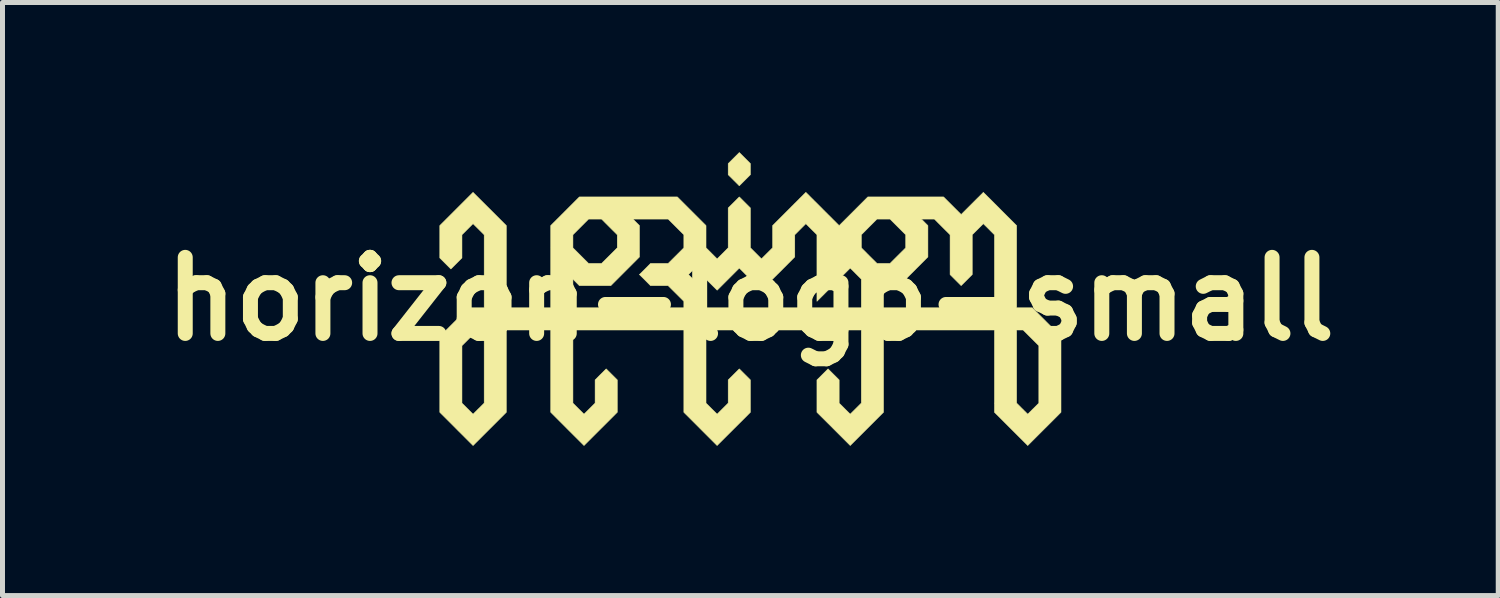
<source format=kicad_pcb>
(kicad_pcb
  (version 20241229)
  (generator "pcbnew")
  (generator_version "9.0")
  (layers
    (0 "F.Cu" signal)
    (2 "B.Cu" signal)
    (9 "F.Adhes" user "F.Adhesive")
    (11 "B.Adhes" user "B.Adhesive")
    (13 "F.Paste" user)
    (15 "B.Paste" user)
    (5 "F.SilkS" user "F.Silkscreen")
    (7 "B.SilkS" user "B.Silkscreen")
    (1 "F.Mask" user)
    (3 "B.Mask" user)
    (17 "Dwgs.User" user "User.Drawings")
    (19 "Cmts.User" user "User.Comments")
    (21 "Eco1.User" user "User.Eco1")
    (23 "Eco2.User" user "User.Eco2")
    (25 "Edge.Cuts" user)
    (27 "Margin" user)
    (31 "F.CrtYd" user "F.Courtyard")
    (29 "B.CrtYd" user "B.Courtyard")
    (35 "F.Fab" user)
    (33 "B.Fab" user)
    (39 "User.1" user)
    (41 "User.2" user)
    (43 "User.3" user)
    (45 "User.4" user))
  (footprint "horizon-logo-small"
    (layer "F.Cu")
    (at 11.982 2.94)
    (property "Reference" "horizon-logo-small" (at 0 0 0) (layer "F.SilkS") (effects (font (size 1.524 1.524) (thickness 0.3))))
    (attr through_hole)
    (fp_poly (pts (xy 0 -2.713) (xy 0 -2.49) (xy -0.111 -2.379) (xy -0.222 -2.268) (xy -0.333 -2.379) (xy -0.445 -2.49) (xy -0.445 -2.713) (xy -0.222 -2.935) (xy 0 -2.713)) (stroke (width 0.01) (type solid)) (fill yes) (layer "F.SilkS"))
    (fp_poly (pts (xy -5.222 -1.804) (xy -4.889 -1.471) (xy -4.889 0.176) (xy -4 0.176) (xy -4 -0.398) (xy -3.555 -0.398) (xy -3.555 0.176) (xy -1.333 0.176) (xy -1.333 0.046) (xy -1.49 -0.111) (xy -1.647 -0.267) (xy -1.824 -0.267) (xy -2 -0.267) (xy -2.111 -0.379) (xy -2.223 -0.49) (xy -2.223 -0.49) (xy -1.241 -0.49) (xy -1.065 -0.314) (xy -0.889 -0.138) (xy -0.889 0.176) (xy 2.222 0.176) (xy 2.222 -0.267) (xy 2.667 -0.267) (xy 2.667 0.176) (xy 4.889 0.176) (xy 4.889 -1.287) (xy 4.806 -1.369) (xy 4.797 -1.379) (xy 4.787 -1.389) (xy 4.778 -1.398) (xy 4.768 -1.408) (xy 4.759 -1.417) (xy 4.75 -1.426) (xy 4.741 -1.435) (xy 4.733 -1.443) (xy 4.725 -1.451) (xy 4.718 -1.458) (xy 4.711 -1.464) (xy 4.706 -1.47) (xy 4.701 -1.475) (xy 4.696 -1.479) (xy 4.695 -1.48) (xy 4.667 -1.509) (xy 4.444 -1.287) (xy 4.444 -0.49) (xy 4.333 -0.379) (xy 4.222 -0.268) (xy 4.111 -0.379) (xy 4 -0.49) (xy 4 -1.287) (xy 3.686 -1.601) (xy 3.556 -1.601) (xy 3.426 -1.601) (xy 3.556 -1.471) (xy 3.556 -0.843) (xy 2.981 -0.267) (xy 2.667 -0.267) (xy 2.222 -0.267) (xy 2.222 -0.398) (xy 2 -0.62) (xy 1.667 -0.287) (xy 1.333 0.046) (xy 1.333 -1.287) (xy 1.333 -1.287) (xy 2.223 -1.287) (xy 2.223 -1.026) (xy 2.379 -0.869) (xy 2.536 -0.713) (xy 2.797 -0.713) (xy 3.111 -1.026) (xy 3.111 -1.287) (xy 2.954 -1.444) (xy 2.797 -1.601) (xy 2.667 -1.601) (xy 2.536 -1.601) (xy 2.379 -1.444) (xy 2.223 -1.287) (xy 1.333 -1.287) (xy 1.222 -1.398) (xy 1.111 -1.509) (xy 1 -1.398) (xy 0.889 -1.287) (xy 0.889 -0.843) (xy 0.556 -0.509) (xy 0.537 -0.491) (xy 0.52 -0.473) (xy 0.502 -0.456) (xy 0.484 -0.438) (xy 0.467 -0.421) (xy 0.451 -0.404) (xy 0.434 -0.388) (xy 0.418 -0.372) (xy 0.403 -0.357) (xy 0.388 -0.342) (xy 0.373 -0.327) (xy 0.359 -0.313) (xy 0.346 -0.3) (xy 0.333 -0.287) (xy 0.32 -0.274) (xy 0.309 -0.263) (xy 0.297 -0.251) (xy 0.287 -0.241) (xy 0.277 -0.231) (xy 0.268 -0.222) (xy 0.26 -0.214) (xy 0.252 -0.206) (xy 0.245 -0.199) (xy 0.239 -0.194) (xy 0.234 -0.188) (xy 0.23 -0.184) (xy 0.226 -0.181) (xy 0.224 -0.178) (xy 0.223 -0.177) (xy 0.222 -0.176) (xy 0.222 -0.176) (xy 0.221 -0.177) (xy 0.22 -0.178) (xy 0.218 -0.181) (xy 0.214 -0.184) (xy 0.21 -0.188) (xy 0.205 -0.193) (xy 0.199 -0.199) (xy 0.193 -0.206) (xy 0.185 -0.213) (xy 0.177 -0.221) (xy 0.168 -0.23) (xy 0.159 -0.239) (xy 0.149 -0.249) (xy 0.138 -0.26) (xy 0.127 -0.271) (xy 0.116 -0.283) (xy 0.103 -0.295) (xy 0.091 -0.308) (xy 0.078 -0.321) (xy 0.064 -0.334) (xy 0.05 -0.348) (xy 0.036 -0.362) (xy 0.022 -0.376) (xy 0.007 -0.391) (xy -0.000149 -0.398) (xy -0.222 -0.62) (xy -0.666 -0.176) (xy -0.889 -0.398) (xy -1.111 -0.62) (xy -1.241 -0.49) (xy -2.223 -0.49) (xy -2.111 -0.601) (xy -2 -0.713) (xy -1.647 -0.713) (xy -1.49 -0.869) (xy -1.333 -1.026) (xy -1.333 -1.287) (xy -1.49 -1.444) (xy -1.647 -1.601) (xy -2.352 -1.601) (xy -2.287 -1.536) (xy -2.222 -1.471) (xy -2.222 -0.843) (xy -2.797 -0.267) (xy -3.425 -0.267) (xy -3.49 -0.332) (xy -3.555 -0.398) (xy -4 -0.398) (xy -4 -1.287) (xy -3.555 -1.287) (xy -3.555 -1.026) (xy -3.398 -0.869) (xy -3.242 -0.713) (xy -2.981 -0.713) (xy -2.824 -0.869) (xy -2.667 -1.026) (xy -2.667 -1.287) (xy -2.824 -1.444) (xy -2.981 -1.601) (xy -3.111 -1.601) (xy -3.242 -1.601) (xy -3.555 -1.287) (xy -4 -1.287) (xy -4 -1.471) (xy -3.713 -1.758) (xy -3.426 -2.045) (xy -2.444 -2.045) (xy -1.463 -2.045) (xy -1.176 -1.758) (xy -0.889 -1.471) (xy -0.889 -1.027) (xy -0.778 -0.916) (xy -0.666 -0.804) (xy -0.555 -0.915) (xy -0.445 -1.026) (xy -0.445 -1.824) (xy -0.333 -1.935) (xy -0.222 -2.046) (xy -0.111 -1.935) (xy 0 -1.824) (xy 0 -1.027) (xy 0.222 -0.805) (xy 0.445 -1.027) (xy 0.445 -1.471) (xy 0.778 -1.804) (xy 0.796 -1.822) (xy 0.814 -1.84) (xy 0.831 -1.858) (xy 0.849 -1.875) (xy 0.866 -1.892) (xy 0.882 -1.909) (xy 0.899 -1.925) (xy 0.915 -1.941) (xy 0.93 -1.956) (xy 0.945 -1.971) (xy 0.96 -1.986) (xy 0.974 -2) (xy 0.987 -2.014) (xy 1 -2.027) (xy 1.013 -2.039) (xy 1.025 -2.051) (xy 1.036 -2.062) (xy 1.046 -2.072) (xy 1.056 -2.082) (xy 1.065 -2.091) (xy 1.073 -2.1) (xy 1.081 -2.107) (xy 1.088 -2.114) (xy 1.094 -2.12) (xy 1.099 -2.125) (xy 1.103 -2.129) (xy 1.106 -2.133) (xy 1.109 -2.135) (xy 1.11 -2.137) (xy 1.111 -2.137) (xy 1.111 -2.137) (xy 1.113 -2.135) (xy 1.115 -2.133) (xy 1.119 -2.129) (xy 1.123 -2.125) (xy 1.128 -2.12) (xy 1.134 -2.114) (xy 1.141 -2.108) (xy 1.148 -2.1) (xy 1.157 -2.092) (xy 1.166 -2.083) (xy 1.176 -2.073) (xy 1.186 -2.062) (xy 1.197 -2.051) (xy 1.209 -2.04) (xy 1.221 -2.027) (xy 1.234 -2.014) (xy 1.248 -2.001) (xy 1.262 -1.987) (xy 1.276 -1.972) (xy 1.291 -1.957) (xy 1.307 -1.942) (xy 1.323 -1.926) (xy 1.339 -1.91) (xy 1.356 -1.893) (xy 1.373 -1.876) (xy 1.39 -1.859) (xy 1.408 -1.841) (xy 1.426 -1.823) (xy 1.444 -1.805) (xy 1.444 -1.804) (xy 1.778 -1.471) (xy 2.065 -1.758) (xy 2.352 -2.045) (xy 3.111 -2.045) (xy 3.87 -2.045) (xy 4.046 -1.869) (xy 4.222 -1.693) (xy 4.444 -1.915) (xy 4.459 -1.93) (xy 4.474 -1.945) (xy 4.488 -1.959) (xy 4.502 -1.973) (xy 4.516 -1.987) (xy 4.529 -2) (xy 4.542 -2.013) (xy 4.554 -2.025) (xy 4.566 -2.037) (xy 4.578 -2.048) (xy 4.588 -2.059) (xy 4.599 -2.069) (xy 4.608 -2.079) (xy 4.618 -2.088) (xy 4.626 -2.097) (xy 4.634 -2.104) (xy 4.641 -2.111) (xy 4.647 -2.117) (xy 4.652 -2.123) (xy 4.657 -2.128) (xy 4.661 -2.131) (xy 4.664 -2.134) (xy 4.666 -2.136) (xy 4.667 -2.137) (xy 4.667 -2.137) (xy 4.667 -2.137) (xy 4.669 -2.135) (xy 4.671 -2.133) (xy 4.675 -2.129) (xy 4.679 -2.125) (xy 4.684 -2.12) (xy 4.69 -2.114) (xy 4.697 -2.107) (xy 4.704 -2.1) (xy 4.713 -2.092) (xy 4.722 -2.082) (xy 4.732 -2.073) (xy 4.742 -2.062) (xy 4.753 -2.051) (xy 4.765 -2.039) (xy 4.778 -2.027) (xy 4.79 -2.014) (xy 4.804 -2.001) (xy 4.818 -1.987) (xy 4.833 -1.972) (xy 4.848 -1.957) (xy 4.863 -1.942) (xy 4.879 -1.926) (xy 4.895 -1.909) (xy 4.912 -1.893) (xy 4.929 -1.876) (xy 4.947 -1.858) (xy 4.964 -1.841) (xy 4.982 -1.823) (xy 5 -1.804) (xy 5 -1.804) (xy 5.333 -1.471) (xy 5.333 0.176) (xy 5.648 0.176) (xy 6.222 0.751) (xy 6.222 2.269) (xy 5.556 2.935) (xy 4.889 2.269) (xy 4.889 0.621) (xy 5.333 0.621) (xy 5.333 2.085) (xy 5.444 2.196) (xy 5.455 2.206) (xy 5.465 2.216) (xy 5.475 2.226) (xy 5.484 2.236) (xy 5.493 2.245) (xy 5.502 2.253) (xy 5.51 2.261) (xy 5.518 2.269) (xy 5.525 2.276) (xy 5.531 2.283) (xy 5.537 2.288) (xy 5.542 2.293) (xy 5.547 2.298) (xy 5.55 2.301) (xy 5.553 2.304) (xy 5.555 2.306) (xy 5.555 2.306) (xy 5.556 2.306) (xy 5.556 2.306) (xy 5.558 2.305) (xy 5.56 2.302) (xy 5.563 2.299) (xy 5.567 2.295) (xy 5.572 2.29) (xy 5.578 2.285) (xy 5.584 2.278) (xy 5.591 2.271) (xy 5.598 2.264) (xy 5.606 2.256) (xy 5.615 2.248) (xy 5.624 2.239) (xy 5.633 2.229) (xy 5.643 2.219) (xy 5.653 2.209) (xy 5.663 2.199) (xy 5.667 2.196) (xy 5.778 2.085) (xy 5.778 0.935) (xy 5.621 0.778) (xy 5.463 0.621) (xy 5.333 0.621) (xy 4.889 0.621) (xy 2.667 0.621) (xy 2.667 2.268) (xy 2.333 2.602) (xy 2 2.935) (xy 1.667 2.602) (xy 1.333 2.269) (xy 1.333 1.621) (xy 1.556 1.399) (xy 1.778 1.621) (xy 1.778 2.085) (xy 1.889 2.196) (xy 2 2.306) (xy 2.111 2.196) (xy 2.222 2.085) (xy 2.222 0.621) (xy -0.889 0.621) (xy -0.889 1.353) (xy -0.889 2.085) (xy -0.778 2.196) (xy -0.666 2.306) (xy -0.445 2.085) (xy -0.445 1.621) (xy -0.222 1.399) (xy 0 1.621) (xy 0 2.269) (xy -0.667 2.935) (xy -1.333 2.269) (xy -1.333 0.621) (xy -3.555 0.621) (xy -3.555 2.085) (xy -3.444 2.196) (xy -3.333 2.306) (xy -3.222 2.196) (xy -3.111 2.085) (xy -3.111 1.621) (xy -3.001 1.51) (xy -2.99 1.5) (xy -2.98 1.489) (xy -2.97 1.48) (xy -2.96 1.47) (xy -2.951 1.461) (xy -2.943 1.452) (xy -2.934 1.444) (xy -2.927 1.436) (xy -2.92 1.429) (xy -2.913 1.423) (xy -2.907 1.417) (xy -2.902 1.412) (xy -2.898 1.408) (xy -2.894 1.404) (xy -2.892 1.402) (xy -2.89 1.4) (xy -2.889 1.399) (xy -2.889 1.399) (xy -2.888 1.4) (xy -2.887 1.401) (xy -2.884 1.403) (xy -2.881 1.407) (xy -2.877 1.411) (xy -2.872 1.415) (xy -2.867 1.421) (xy -2.86 1.427) (xy -2.853 1.434) (xy -2.846 1.442) (xy -2.838 1.45) (xy -2.829 1.458) (xy -2.82 1.467) (xy -2.811 1.476) (xy -2.801 1.486) (xy -2.791 1.496) (xy -2.781 1.507) (xy -2.777 1.51) (xy -2.666 1.621) (xy -2.666 2.268) (xy -3.333 2.935) (xy -3.667 2.602) (xy -4 2.268) (xy -4 0.621) (xy -4.889 0.621) (xy -4.889 2.269) (xy -5.222 2.602) (xy -5.24 2.62) (xy -5.258 2.638) (xy -5.276 2.656) (xy -5.293 2.673) (xy -5.31 2.69) (xy -5.327 2.707) (xy -5.343 2.723) (xy -5.359 2.739) (xy -5.375 2.755) (xy -5.39 2.77) (xy -5.404 2.784) (xy -5.418 2.798) (xy -5.432 2.812) (xy -5.445 2.825) (xy -5.457 2.837) (xy -5.469 2.849) (xy -5.48 2.86) (xy -5.491 2.87) (xy -5.5 2.88) (xy -5.51 2.889) (xy -5.518 2.898) (xy -5.525 2.905) (xy -5.532 2.912) (xy -5.538 2.918) (xy -5.543 2.923) (xy -5.548 2.927) (xy -5.551 2.931) (xy -5.553 2.933) (xy -5.555 2.935) (xy -5.556 2.935) (xy -5.556 2.935) (xy -5.556 2.935) (xy -5.558 2.933) (xy -5.56 2.931) (xy -5.563 2.927) (xy -5.568 2.923) (xy -5.573 2.918) (xy -5.579 2.912) (xy -5.585 2.905) (xy -5.593 2.898) (xy -5.601 2.89) (xy -5.61 2.88) (xy -5.62 2.871) (xy -5.631 2.86) (xy -5.642 2.849) (xy -5.654 2.837) (xy -5.666 2.825) (xy -5.679 2.812) (xy -5.692 2.799) (xy -5.706 2.785) (xy -5.721 2.77) (xy -5.736 2.755) (xy -5.751 2.739) (xy -5.767 2.724) (xy -5.784 2.707) (xy -5.8 2.691) (xy -5.817 2.674) (xy -5.835 2.656) (xy -5.853 2.639) (xy -5.87 2.621) (xy -5.889 2.602) (xy -6.222 2.269) (xy -6.222 0.935) (xy -5.778 0.935) (xy -5.778 1.51) (xy -5.778 2.085) (xy -5.667 2.196) (xy -5.656 2.206) (xy -5.646 2.216) (xy -5.636 2.226) (xy -5.627 2.236) (xy -5.618 2.245) (xy -5.609 2.253) (xy -5.601 2.261) (xy -5.593 2.269) (xy -5.586 2.276) (xy -5.58 2.283) (xy -5.574 2.288) (xy -5.569 2.293) (xy -5.564 2.298) (xy -5.561 2.301) (xy -5.558 2.304) (xy -5.556 2.306) (xy -5.556 2.306) (xy -5.556 2.306) (xy -5.555 2.306) (xy -5.554 2.305) (xy -5.551 2.302) (xy -5.548 2.299) (xy -5.544 2.295) (xy -5.539 2.29) (xy -5.533 2.285) (xy -5.527 2.278) (xy -5.52 2.271) (xy -5.513 2.264) (xy -5.505 2.256) (xy -5.496 2.248) (xy -5.487 2.239) (xy -5.478 2.229) (xy -5.468 2.219) (xy -5.458 2.209) (xy -5.448 2.199) (xy -5.444 2.196) (xy -5.333 2.085) (xy -5.333 0.621) (xy -5.463 0.621) (xy -5.621 0.778) (xy -5.778 0.935) (xy -6.222 0.935) (xy -6.222 0.751) (xy -5.935 0.464) (xy -5.648 0.176) (xy -5.333 0.176) (xy -5.333 -1.287) (xy -5.444 -1.398) (xy -5.556 -1.509) (xy -5.667 -1.398) (xy -5.778 -1.287) (xy -5.778 -0.823) (xy -5.889 -0.712) (xy -6 -0.601) (xy -6.111 -0.712) (xy -6.222 -0.823) (xy -6.222 -1.471) (xy -5.889 -1.804) (xy -5.556 -2.137) (xy -5.222 -1.804)) (stroke (width 0.01) (type solid)) (fill yes) (layer "F.SilkS")))
  (gr_rect
    (start -3 -3)
    (end 26.963 8.88)
    (stroke (width 0.1) (type default))
    (fill no)
    (layer "Edge.Cuts")))
</source>
